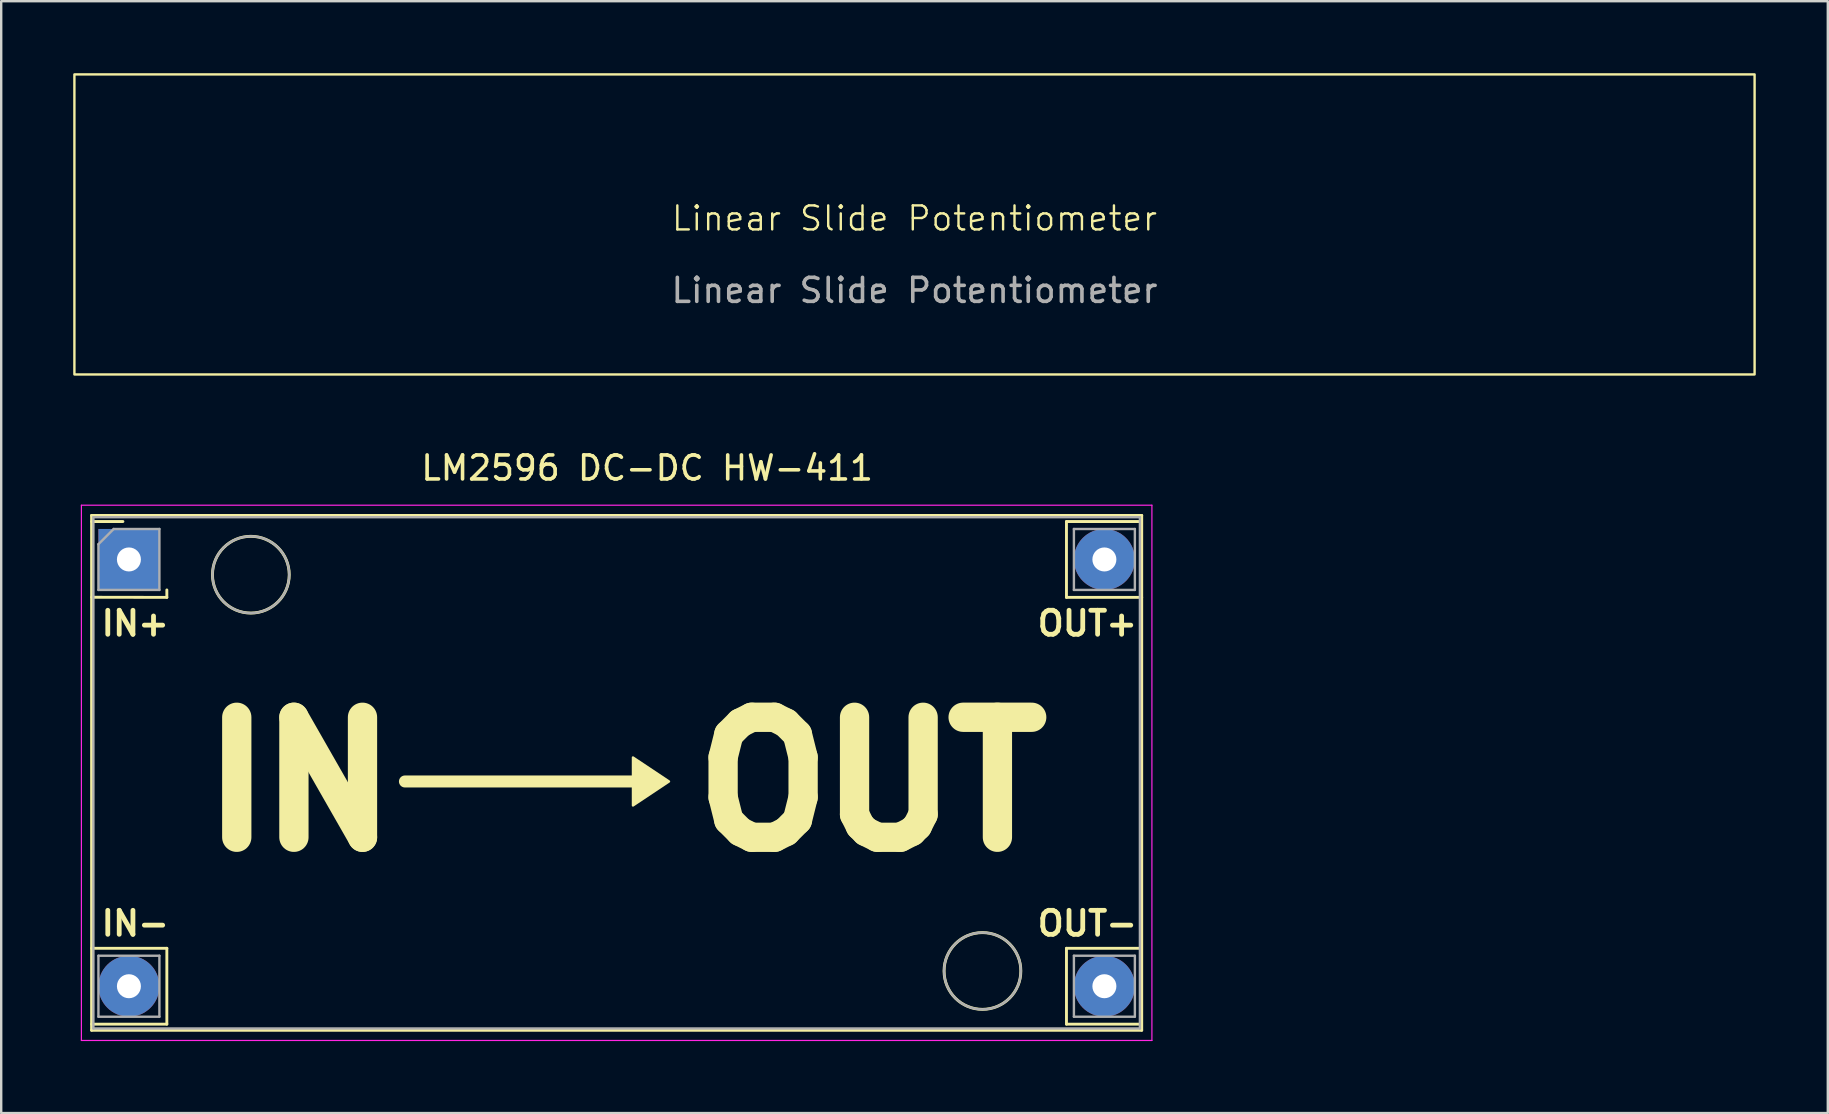
<source format=kicad_pcb>
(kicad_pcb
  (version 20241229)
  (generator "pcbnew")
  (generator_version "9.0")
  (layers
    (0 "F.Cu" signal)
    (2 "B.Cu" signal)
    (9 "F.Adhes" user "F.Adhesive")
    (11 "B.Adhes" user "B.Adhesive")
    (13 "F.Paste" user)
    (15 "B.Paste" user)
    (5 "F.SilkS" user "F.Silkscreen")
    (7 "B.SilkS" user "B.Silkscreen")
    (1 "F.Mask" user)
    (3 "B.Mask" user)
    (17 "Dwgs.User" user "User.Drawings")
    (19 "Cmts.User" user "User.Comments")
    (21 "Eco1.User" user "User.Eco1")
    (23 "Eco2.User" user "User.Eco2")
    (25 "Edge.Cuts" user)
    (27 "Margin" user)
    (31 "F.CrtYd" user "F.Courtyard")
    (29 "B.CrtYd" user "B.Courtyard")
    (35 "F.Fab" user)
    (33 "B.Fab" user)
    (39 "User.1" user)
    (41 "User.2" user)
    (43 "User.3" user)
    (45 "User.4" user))
  (footprint "LM2596 DC-DC HW-411"
    (layer "F.Cu")
    (at 0.25 17.893)
    (property "Reference" "LM2596 DC-DC HW-411" (at 23.661 -1.445 0) (layer "F.SilkS") (effects (font (size 1 1) (thickness 0.15))))
    (attr through_hole)
    (fp_line (start 0.516 0.53) (end 0.516 21.98) (stroke (width 0.12) (type solid)) (layer "F.SilkS"))
    (fp_line (start 0.516 21.98) (end 44.266 21.98) (stroke (width 0.12) (type solid)) (layer "F.SilkS"))
    (fp_line (start 0.521 0.785) (end 1.821 0.785) (stroke (width 0.12) (type solid)) (layer "F.SilkS"))
    (fp_line (start 0.521 3.94) (end 3.651 3.945) (stroke (width 0.12) (type solid)) (layer "F.SilkS"))
    (fp_line (start 0.521 18.565) (end 3.651 18.565) (stroke (width 0.12) (type solid)) (layer "F.SilkS"))
    (fp_line (start 0.521 21.725) (end 3.651 21.725) (stroke (width 0.12) (type solid)) (layer "F.SilkS"))
    (fp_line (start 3.651 3.635) (end 3.651 3.945) (stroke (width 0.12) (type solid)) (layer "F.SilkS"))
    (fp_line (start 3.651 18.565) (end 3.651 21.725) (stroke (width 0.12) (type solid)) (layer "F.SilkS"))
    (fp_line (start 13.571 11.615) (end 24.071 11.615) (stroke (width 0.5) (type default)) (layer "F.SilkS"))
    (fp_line (start 41.131 0.785) (end 44.246 0.785) (stroke (width 0.12) (type solid)) (layer "F.SilkS"))
    (fp_line (start 41.131 3.945) (end 41.131 0.785) (stroke (width 0.12) (type solid)) (layer "F.SilkS"))
    (fp_line (start 41.131 3.945) (end 44.266 3.945) (stroke (width 0.12) (type solid)) (layer "F.SilkS"))
    (fp_line (start 41.131 18.565) (end 44.246 18.565) (stroke (width 0.12) (type solid)) (layer "F.SilkS"))
    (fp_line (start 41.131 21.725) (end 41.131 18.565) (stroke (width 0.12) (type solid)) (layer "F.SilkS"))
    (fp_line (start 41.131 21.725) (end 44.246 21.725) (stroke (width 0.12) (type solid)) (layer "F.SilkS"))
    (fp_line (start 44.266 0.53) (end 0.516 0.53) (stroke (width 0.12) (type solid)) (layer "F.SilkS"))
    (fp_line (start 44.266 21.98) (end 44.266 0.53) (stroke (width 0.12) (type solid)) (layer "F.SilkS"))
    (fp_circle (center 7.151 3) (end 8.75 3) (stroke (width 0.12) (type solid)) (fill no) (layer "F.SilkS"))
    (fp_circle (center 37.631 19.51) (end 39.23 19.51) (stroke (width 0.12) (type solid)) (fill no) (layer "F.SilkS"))
    (fp_poly (pts (xy 24.571 11.615) (xy 23.071 10.615) (xy 23.071 12.615)) (stroke (width 0.1) (type solid)) (fill yes) (layer "F.SilkS"))
    (fp_line (start 0.091 0.105) (end 44.691 0.105) (stroke (width 0.05) (type solid)) (layer "F.CrtYd"))
    (fp_line (start 0.091 22.405) (end 0.091 0.105) (stroke (width 0.05) (type solid)) (layer "F.CrtYd"))
    (fp_line (start 44.691 0.105) (end 44.691 22.405) (stroke (width 0.05) (type solid)) (layer "F.CrtYd"))
    (fp_line (start 44.691 22.405) (end 0.091 22.405) (stroke (width 0.05) (type solid)) (layer "F.CrtYd"))
    (fp_line (start 0.591 0.605) (end 0.591 21.905) (stroke (width 0.1) (type solid)) (layer "F.Fab"))
    (fp_line (start 0.591 21.905) (end 44.191 21.905) (stroke (width 0.1) (type solid)) (layer "F.Fab"))
    (fp_line (start 0.801 1.73) (end 1.436 1.095) (stroke (width 0.1) (type solid)) (layer "F.Fab"))
    (fp_line (start 0.801 3.635) (end 0.801 1.73) (stroke (width 0.1) (type solid)) (layer "F.Fab"))
    (fp_line (start 0.801 18.875) (end 3.341 18.875) (stroke (width 0.1) (type solid)) (layer "F.Fab"))
    (fp_line (start 0.801 21.415) (end 0.801 18.875) (stroke (width 0.1) (type solid)) (layer "F.Fab"))
    (fp_line (start 1.436 1.095) (end 3.341 1.095) (stroke (width 0.1) (type solid)) (layer "F.Fab"))
    (fp_line (start 3.341 1.095) (end 3.341 3.635) (stroke (width 0.1) (type solid)) (layer "F.Fab"))
    (fp_line (start 3.341 3.635) (end 0.801 3.635) (stroke (width 0.1) (type solid)) (layer "F.Fab"))
    (fp_line (start 3.341 18.875) (end 3.341 21.415) (stroke (width 0.1) (type solid)) (layer "F.Fab"))
    (fp_line (start 3.341 21.415) (end 0.801 21.415) (stroke (width 0.1) (type solid)) (layer "F.Fab"))
    (fp_line (start 41.441 1.095) (end 43.981 1.095) (stroke (width 0.1) (type solid)) (layer "F.Fab"))
    (fp_line (start 41.441 3.635) (end 41.441 1.095) (stroke (width 0.1) (type solid)) (layer "F.Fab"))
    (fp_line (start 41.441 18.875) (end 43.981 18.875) (stroke (width 0.1) (type solid)) (layer "F.Fab"))
    (fp_line (start 41.441 21.415) (end 41.441 18.875) (stroke (width 0.1) (type solid)) (layer "F.Fab"))
    (fp_line (start 43.981 1.095) (end 43.981 3.635) (stroke (width 0.1) (type solid)) (layer "F.Fab"))
    (fp_line (start 43.981 3.635) (end 41.441 3.635) (stroke (width 0.1) (type solid)) (layer "F.Fab"))
    (fp_line (start 43.981 18.875) (end 43.981 21.415) (stroke (width 0.1) (type solid)) (layer "F.Fab"))
    (fp_line (start 43.981 21.415) (end 41.441 21.415) (stroke (width 0.1) (type solid)) (layer "F.Fab"))
    (fp_line (start 44.191 0.605) (end 0.591 0.605) (stroke (width 0.1) (type solid)) (layer "F.Fab"))
    (fp_line (start 44.191 21.905) (end 44.191 0.605) (stroke (width 0.1) (type solid)) (layer "F.Fab"))
    (fp_circle (center 7.151 3) (end 8.75 3) (stroke (width 0.1) (type solid)) (fill no) (layer "F.Fab"))
    (fp_circle (center 37.631 19.51) (end 39.23 19.51) (stroke (width 0.1) (type solid)) (fill no) (layer "F.Fab"))
    (fp_text user "IN+" (at 0.821 5.615 0) (unlocked yes) (layer "F.SilkS") (effects (font (size 1 1) (thickness 0.2) (bold yes)) (justify left bottom)))
    (fp_text user "IN" (at 4.571 14.615 0) (unlocked yes) (layer "F.SilkS") (effects (font (size 5 5) (thickness 1.22) (bold yes)) (justify left bottom)))
    (fp_text user "OUT+" (at 39.821 5.615 0) (unlocked yes) (layer "F.SilkS") (effects (font (size 1 1) (thickness 0.2) (bold yes)) (justify left bottom)))
    (fp_text user "OUT-" (at 39.821 18.115 0) (unlocked yes) (layer "F.SilkS") (effects (font (size 1 1) (thickness 0.2) (bold yes)) (justify left bottom)))
    (fp_text user "OUT" (at 25.071 14.615 0) (unlocked yes) (layer "F.SilkS") (effects (font (size 5 5) (thickness 1.22) (bold yes)) (justify left bottom)))
    (fp_text user "IN-" (at 0.821 18.115 0) (unlocked yes) (layer "F.SilkS") (effects (font (size 1 1) (thickness 0.2) (bold yes)) (justify left bottom)))
    (pad "1" thru_hole rect (at 2.071 2.365) (size 2.54 2.54) (drill 1) (layers "*.Cu" "*.Mask"))
    (pad "2" thru_hole circle (at 2.071 20.145) (size 2.54 2.54) (drill 1) (layers "*.Cu" "*.Mask"))
    (pad "3" thru_hole circle (at 42.711 2.365) (size 2.54 2.54) (drill 1) (layers "*.Cu" "*.Mask"))
    (pad "4" thru_hole circle (at 42.711 20.145) (size 2.54 2.54) (drill 1) (layers "*.Cu" "*.Mask")))
  (footprint "Linear Slide Potentiometer"
    (layer "F.Cu")
    (at 35.05 6.55)
    (property "Reference" "Linear Slide Potentiometer" (at 0 -0.5 0) (unlocked yes) (layer "F.SilkS") (effects (font (size 1 1) (thickness 0.1))))
    (attr through_hole)
    (fp_rect (start -35 -6.5) (end 35 6) (stroke (width 0.1) (type default)) (fill no) (layer "F.SilkS"))
    (fp_text user "${REFERENCE}" (at 0 2.5 0) (unlocked yes) (layer "F.Fab") (effects (font (size 1 1) (thickness 0.15)))))
  (gr_rect
    (start -3 -3)
    (end 73.1 43.323)
    (stroke (width 0.1) (type default))
    (fill no)
    (layer "Edge.Cuts")))
</source>
